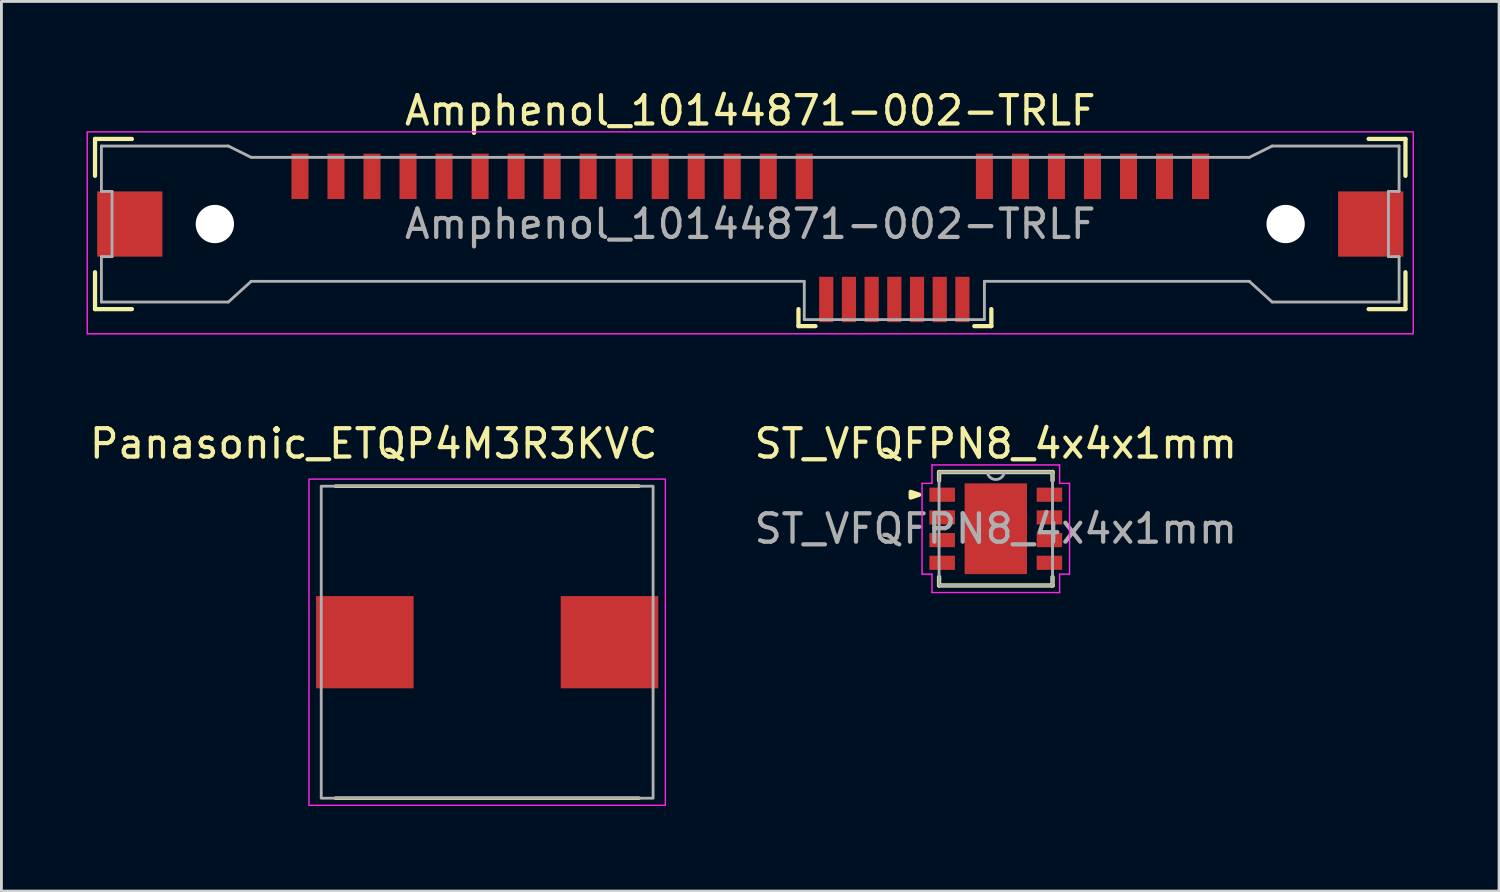
<source format=kicad_pcb>
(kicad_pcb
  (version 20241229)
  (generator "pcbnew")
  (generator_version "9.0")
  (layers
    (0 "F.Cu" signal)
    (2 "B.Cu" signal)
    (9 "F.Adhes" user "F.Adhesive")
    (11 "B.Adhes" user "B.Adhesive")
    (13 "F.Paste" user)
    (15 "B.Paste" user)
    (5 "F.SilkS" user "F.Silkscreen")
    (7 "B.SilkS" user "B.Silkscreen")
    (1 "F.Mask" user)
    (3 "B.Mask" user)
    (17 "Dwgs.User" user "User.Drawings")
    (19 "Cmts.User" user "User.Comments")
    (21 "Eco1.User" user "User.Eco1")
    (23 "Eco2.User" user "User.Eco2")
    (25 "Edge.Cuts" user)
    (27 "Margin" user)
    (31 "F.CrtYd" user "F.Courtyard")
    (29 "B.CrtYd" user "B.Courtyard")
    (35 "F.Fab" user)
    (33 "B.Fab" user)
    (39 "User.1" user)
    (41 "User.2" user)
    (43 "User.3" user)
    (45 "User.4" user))
  (footprint "Panasonic_ETQP4M3R3KVC"
    (layer "F.Cu")
    (at 14.125 19.591)
    (property "Reference" "Panasonic_ETQP4M3R3KVC" (at -4 -7 0) (layer "F.SilkS") (effects (font (size 1 1) (thickness 0.15))))
    (attr smd)
    (fp_line (start -5.35 -5.5) (end 5.35 -5.5) (stroke (width 0.127) (type solid)) (layer "F.SilkS"))
    (fp_line (start -5.35 5.5) (end 5.35 5.5) (stroke (width 0.127) (type solid)) (layer "F.SilkS"))
    (fp_rect (start -6.282 -5.75) (end 6.282 5.75) (stroke (width 0.05) (type default)) (fill no) (layer "F.CrtYd"))
    (fp_rect (start -5.85 -5.5) (end 5.85 5.5) (stroke (width 0.1) (type default)) (fill no) (layer "F.Fab"))
    (pad "1" smd rect (at -4.313 0) (size 3.439 3.251) (layers "F.Cu" "F.Mask" "F.Paste"))
    (pad "2" smd rect (at 4.313 0) (size 3.439 3.251) (layers "F.Cu" "F.Mask" "F.Paste"))
    (zone (net_name "") (layer "F.Cu") (hatch full 0.508) (connect_pads) (min_thickness 0.01) (filled_areas_thickness no) (keepout (tracks not_allowed) (vias not_allowed) (pads not_allowed) (copperpour not_allowed) (footprints allowed)) (placement (enabled no)) (fill) (polygon (pts (xy 8.275 14.091) (xy 8.275 17.965) (xy 11.531 17.965) (xy 11.531 21.218) (xy 8.275 21.218) (xy 8.275 25.091) (xy 19.975 25.091) (xy 19.975 21.218) (xy 16.718 21.218) (xy 16.718 17.965) (xy 19.975 17.965) (xy 19.975 14.091))))
    (zone (net_name "") (layers "F.Cu" "B.Cu") (hatch full 0.508) (connect_pads) (min_thickness 0.01) (filled_areas_thickness no) (keepout (tracks allowed) (vias not_allowed) (pads allowed) (copperpour allowed) (footprints allowed)) (placement (enabled no)) (fill) (polygon (pts (xy 8.275 14.091) (xy 8.275 17.965) (xy 11.531 17.965) (xy 11.531 21.218) (xy 8.275 21.218) (xy 8.275 25.091) (xy 19.975 25.091) (xy 19.975 21.218) (xy 16.718 21.218) (xy 16.718 17.965) (xy 19.975 17.965) (xy 19.975 14.091)))))
  (footprint "Amphenol_10144871-002-TRLF"
    (layer "F.Cu")
    (at 23.4 4.848)
    (property "Reference" "Amphenol_10144871-002-TRLF" (at 0 -4 0) (unlocked yes) (layer "F.SilkS") (effects (font (size 1 1) (thickness 0.15))))
    (attr smd)
    (fp_line (start -23.1 -3) (end -23.1 -1.7) (stroke (width 0.15) (type default)) (layer "F.SilkS"))
    (fp_line (start -23.1 -3) (end -21.8 -3) (stroke (width 0.15) (type default)) (layer "F.SilkS"))
    (fp_line (start -23.1 1.7) (end -23.1 3) (stroke (width 0.15) (type default)) (layer "F.SilkS"))
    (fp_line (start -23.1 3) (end -21.8 3) (stroke (width 0.15) (type default)) (layer "F.SilkS"))
    (fp_line (start 1.7 3) (end 1.7 3.6) (stroke (width 0.15) (type default)) (layer "F.SilkS"))
    (fp_line (start 1.7 3.6) (end 2.3 3.6) (stroke (width 0.15) (type default)) (layer "F.SilkS"))
    (fp_line (start 7.9 3.6) (end 8.5 3.6) (stroke (width 0.15) (type default)) (layer "F.SilkS"))
    (fp_line (start 8.5 3.6) (end 8.5 3) (stroke (width 0.15) (type default)) (layer "F.SilkS"))
    (fp_line (start 21.8 -3) (end 23.1 -3) (stroke (width 0.15) (type default)) (layer "F.SilkS"))
    (fp_line (start 23.1 -3) (end 23.1 -1.7) (stroke (width 0.15) (type default)) (layer "F.SilkS"))
    (fp_line (start 23.1 1.7) (end 23.1 3) (stroke (width 0.15) (type default)) (layer "F.SilkS"))
    (fp_line (start 23.1 3) (end 21.8 3) (stroke (width 0.15) (type default)) (layer "F.SilkS"))
    (fp_rect (start -23.375 -3.25) (end 23.375 3.87) (stroke (width 0.05) (type default)) (fill no) (layer "F.CrtYd"))
    (fp_line (start -22.875 -2.75) (end -22.875 -1.15) (stroke (width 0.1) (type default)) (layer "F.Fab"))
    (fp_line (start -22.875 -1.15) (end -22.5 -1.15) (stroke (width 0.1) (type default)) (layer "F.Fab"))
    (fp_line (start -22.875 1.15) (end -22.875 2.75) (stroke (width 0.1) (type default)) (layer "F.Fab"))
    (fp_line (start -22.875 2.75) (end -18.4 2.75) (stroke (width 0.1) (type default)) (layer "F.Fab"))
    (fp_line (start -22.5 -1.15) (end -22.5 1.15) (stroke (width 0.1) (type default)) (layer "F.Fab"))
    (fp_line (start -22.5 1.15) (end -22.875 1.15) (stroke (width 0.1) (type default)) (layer "F.Fab"))
    (fp_line (start -18.4 -2.75) (end -22.875 -2.75) (stroke (width 0.1) (type default)) (layer "F.Fab"))
    (fp_line (start -18.4 2.75) (end -17.595 2.02) (stroke (width 0.1) (type default)) (layer "F.Fab"))
    (fp_line (start -17.595 -2.35) (end -18.4 -2.75) (stroke (width 0.1) (type default)) (layer "F.Fab"))
    (fp_line (start -17.595 2.02) (end 1.905 2.02) (stroke (width 0.1) (type default)) (layer "F.Fab"))
    (fp_line (start 1.905 2.02) (end 1.905 3.37) (stroke (width 0.1) (type default)) (layer "F.Fab"))
    (fp_line (start 1.905 3.37) (end 8.255 3.37) (stroke (width 0.1) (type default)) (layer "F.Fab"))
    (fp_line (start 8.255 2.02) (end 17.595 2.02) (stroke (width 0.1) (type default)) (layer "F.Fab"))
    (fp_line (start 8.255 3.37) (end 8.255 2.02) (stroke (width 0.1) (type default)) (layer "F.Fab"))
    (fp_line (start 17.595 -2.35) (end -17.595 -2.35) (stroke (width 0.1) (type default)) (layer "F.Fab"))
    (fp_line (start 17.595 2.02) (end 18.4 2.75) (stroke (width 0.1) (type default)) (layer "F.Fab"))
    (fp_line (start 18.4 -2.75) (end 17.595 -2.35) (stroke (width 0.1) (type default)) (layer "F.Fab"))
    (fp_line (start 18.4 2.75) (end 22.875 2.75) (stroke (width 0.1) (type default)) (layer "F.Fab"))
    (fp_line (start 22.5 -1.15) (end 22.875 -1.15) (stroke (width 0.1) (type default)) (layer "F.Fab"))
    (fp_line (start 22.5 1.15) (end 22.5 -1.15) (stroke (width 0.1) (type default)) (layer "F.Fab"))
    (fp_line (start 22.875 -2.75) (end 18.4 -2.75) (stroke (width 0.1) (type default)) (layer "F.Fab"))
    (fp_line (start 22.875 -1.15) (end 22.875 -2.75) (stroke (width 0.1) (type default)) (layer "F.Fab"))
    (fp_line (start 22.875 1.15) (end 22.5 1.15) (stroke (width 0.1) (type default)) (layer "F.Fab"))
    (fp_line (start 22.875 2.75) (end 22.875 1.15) (stroke (width 0.1) (type default)) (layer "F.Fab"))
    (fp_text user "${REFERENCE}" (at 0 0 0) (unlocked yes) (layer "F.Fab") (effects (font (size 1 1) (thickness 0.15))))
    (pad "" np_thru_hole circle (at -18.875 0) (size 1.35 1.35) (drill 1.35) (layers "*.Cu" "*.Mask"))
    (pad "" np_thru_hole circle (at 18.875 0) (size 1.35 1.35) (drill 1.35) (layers "*.Cu" "*.Mask"))
    (pad "P1" smd rect (at 1.905 -1.68) (size 0.6 1.6) (layers "F.Cu" "F.Mask" "F.Paste"))
    (pad "P2" smd rect (at 0.635 -1.68) (size 0.6 1.6) (layers "F.Cu" "F.Mask" "F.Paste"))
    (pad "P3" smd rect (at -0.635 -1.68) (size 0.6 1.6) (layers "F.Cu" "F.Mask" "F.Paste"))
    (pad "P4" smd rect (at -1.905 -1.68) (size 0.6 1.6) (layers "F.Cu" "F.Mask" "F.Paste"))
    (pad "P5" smd rect (at -3.175 -1.68) (size 0.6 1.6) (layers "F.Cu" "F.Mask" "F.Paste"))
    (pad "P6" smd rect (at -4.445 -1.68) (size 0.6 1.6) (layers "F.Cu" "F.Mask" "F.Paste"))
    (pad "P7" smd rect (at -5.715 -1.68) (size 0.6 1.6) (layers "F.Cu" "F.Mask" "F.Paste"))
    (pad "P8" smd rect (at -6.985 -1.68) (size 0.6 1.6) (layers "F.Cu" "F.Mask" "F.Paste"))
    (pad "P9" smd rect (at -8.255 -1.68) (size 0.6 1.6) (layers "F.Cu" "F.Mask" "F.Paste"))
    (pad "P10" smd rect (at -9.525 -1.68) (size 0.6 1.6) (layers "F.Cu" "F.Mask" "F.Paste"))
    (pad "P11" smd rect (at -10.795 -1.68) (size 0.6 1.6) (layers "F.Cu" "F.Mask" "F.Paste"))
    (pad "P12" smd rect (at -12.065 -1.68) (size 0.6 1.6) (layers "F.Cu" "F.Mask" "F.Paste"))
    (pad "P13" smd rect (at -13.335 -1.68) (size 0.6 1.6) (layers "F.Cu" "F.Mask" "F.Paste"))
    (pad "P14" smd rect (at -14.605 -1.68) (size 0.6 1.6) (layers "F.Cu" "F.Mask" "F.Paste"))
    (pad "P15" smd rect (at -15.875 -1.68) (size 0.6 1.6) (layers "F.Cu" "F.Mask" "F.Paste"))
    (pad "S1" smd rect (at 15.875 -1.68) (size 0.6 1.6) (layers "F.Cu" "F.Mask" "F.Paste"))
    (pad "S2" smd rect (at 14.605 -1.68) (size 0.6 1.6) (layers "F.Cu" "F.Mask" "F.Paste"))
    (pad "S3" smd rect (at 13.335 -1.68) (size 0.6 1.6) (layers "F.Cu" "F.Mask" "F.Paste"))
    (pad "S4" smd rect (at 12.065 -1.68) (size 0.6 1.6) (layers "F.Cu" "F.Mask" "F.Paste"))
    (pad "S5" smd rect (at 10.795 -1.68) (size 0.6 1.6) (layers "F.Cu" "F.Mask" "F.Paste"))
    (pad "S6" smd rect (at 9.525 -1.68) (size 0.6 1.6) (layers "F.Cu" "F.Mask" "F.Paste"))
    (pad "S7" smd rect (at 8.255 -1.68) (size 0.6 1.6) (layers "F.Cu" "F.Mask" "F.Paste"))
    (pad "S8" smd rect (at 7.48 2.66) (size 0.5 1.6) (layers "F.Cu" "F.Mask" "F.Paste"))
    (pad "S9" smd rect (at 6.68 2.66) (size 0.5 1.6) (layers "F.Cu" "F.Mask" "F.Paste"))
    (pad "S10" smd rect (at 5.88 2.66) (size 0.5 1.6) (layers "F.Cu" "F.Mask" "F.Paste"))
    (pad "S11" smd rect (at 5.08 2.66) (size 0.5 1.6) (layers "F.Cu" "F.Mask" "F.Paste"))
    (pad "S12" smd rect (at 4.28 2.66) (size 0.5 1.6) (layers "F.Cu" "F.Mask" "F.Paste"))
    (pad "S13" smd rect (at 3.48 2.66) (size 0.5 1.6) (layers "F.Cu" "F.Mask" "F.Paste"))
    (pad "S14" smd rect (at 2.68 2.66) (size 0.5 1.6) (layers "F.Cu" "F.Mask" "F.Paste"))
    (pad "SH" smd rect (at -21.875 0) (size 2.3 2.3) (layers "F.Cu" "F.Mask" "F.Paste"))
    (pad "SH" smd rect (at 21.875 0) (size 2.3 2.3) (layers "F.Cu" "F.Mask" "F.Paste")))
  (footprint "ST_VFQFPN8_4x4x1mm"
    (layer "F.Cu")
    (at 32.057 15.591)
    (property "Reference" "ST_VFQFPN8_4x4x1mm" (at 0 -3 0) (unlocked yes) (layer "F.SilkS") (effects (font (size 1 1) (thickness 0.15))))
    (attr smd)
    (fp_line (start -2 -2) (end -2 -1.7) (stroke (width 0.152) (type solid)) (layer "F.SilkS"))
    (fp_line (start -2 1.7) (end -2 2) (stroke (width 0.152) (type solid)) (layer "F.SilkS"))
    (fp_line (start -2 2) (end 2 2) (stroke (width 0.152) (type solid)) (layer "F.SilkS"))
    (fp_line (start 2 -2) (end -2 -2) (stroke (width 0.152) (type solid)) (layer "F.SilkS"))
    (fp_line (start 2 -1.7) (end 2 -2) (stroke (width 0.152) (type solid)) (layer "F.SilkS"))
    (fp_line (start 2 2) (end 2 1.7) (stroke (width 0.152) (type solid)) (layer "F.SilkS"))
    (fp_poly (pts (xy -2.7 -1.2) (xy -3 -1.3) (xy -3 -1.1)) (stroke (width 0.15) (type solid)) (fill yes) (layer "F.SilkS"))
    (fp_line (start -2.6 -1.6) (end -2.25 -1.6) (stroke (width 0.05) (type solid)) (layer "F.CrtYd"))
    (fp_line (start -2.6 1.6) (end -2.6 -1.6) (stroke (width 0.05) (type solid)) (layer "F.CrtYd"))
    (fp_line (start -2.6 1.6) (end -2.25 1.6) (stroke (width 0.05) (type solid)) (layer "F.CrtYd"))
    (fp_line (start -2.25 -2.25) (end 2.25 -2.25) (stroke (width 0.05) (type solid)) (layer "F.CrtYd"))
    (fp_line (start -2.25 -1.6) (end -2.25 -2.25) (stroke (width 0.05) (type solid)) (layer "F.CrtYd"))
    (fp_line (start -2.25 2.25) (end -2.25 1.6) (stroke (width 0.05) (type solid)) (layer "F.CrtYd"))
    (fp_line (start 2.25 -2.25) (end 2.25 -1.6) (stroke (width 0.05) (type solid)) (layer "F.CrtYd"))
    (fp_line (start 2.25 1.6) (end 2.25 2.25) (stroke (width 0.05) (type solid)) (layer "F.CrtYd"))
    (fp_line (start 2.25 2.25) (end -2.25 2.25) (stroke (width 0.05) (type solid)) (layer "F.CrtYd"))
    (fp_line (start 2.6 -1.6) (end 2.25 -1.6) (stroke (width 0.05) (type solid)) (layer "F.CrtYd"))
    (fp_line (start 2.6 -1.6) (end 2.6 1.6) (stroke (width 0.05) (type solid)) (layer "F.CrtYd"))
    (fp_line (start 2.6 1.6) (end 2.25 1.6) (stroke (width 0.05) (type solid)) (layer "F.CrtYd"))
    (fp_rect (start -2 -2) (end 2 2) (stroke (width 0.1) (type default)) (fill no) (layer "F.Fab"))
    (fp_arc (start 0.3048 -2) (mid 0 -1.73664) (end -0.3048 -2) (stroke (width 0.1) (type solid)) (layer "F.Fab"))
    (fp_text user "${REFERENCE}" (at 0 0 0) (unlocked yes) (layer "F.Fab") (effects (font (size 1 1) (thickness 0.15))))
    (pad "1" smd rect (at -1.89 -1.2) (size 0.9 0.5) (layers "F.Cu" "F.Mask" "F.Paste"))
    (pad "2" smd rect (at -1.89 -0.4) (size 0.9 0.5) (layers "F.Cu" "F.Mask" "F.Paste"))
    (pad "3" smd rect (at -1.89 0.4) (size 0.9 0.5) (layers "F.Cu" "F.Mask" "F.Paste"))
    (pad "4" smd rect (at -1.89 1.2) (size 0.9 0.5) (layers "F.Cu" "F.Mask" "F.Paste"))
    (pad "5" smd rect (at 1.89 1.2) (size 0.9 0.5) (layers "F.Cu" "F.Mask" "F.Paste"))
    (pad "6" smd rect (at 1.89 0.4) (size 0.9 0.5) (layers "F.Cu" "F.Mask" "F.Paste"))
    (pad "7" smd rect (at 1.89 -0.4) (size 0.9 0.5) (layers "F.Cu" "F.Mask" "F.Paste"))
    (pad "8" smd rect (at 1.89 -1.2) (size 0.9 0.5) (layers "F.Cu" "F.Mask" "F.Paste"))
    (pad "9" smd rect (at 0 0) (size 2.2 3.2) (layers "F.Cu" "F.Mask" "F.Paste")))
  (gr_rect
    (start -3 -3)
    (end 49.8 28.366)
    (stroke (width 0.1) (type default))
    (fill no)
    (layer "Edge.Cuts")))
</source>
